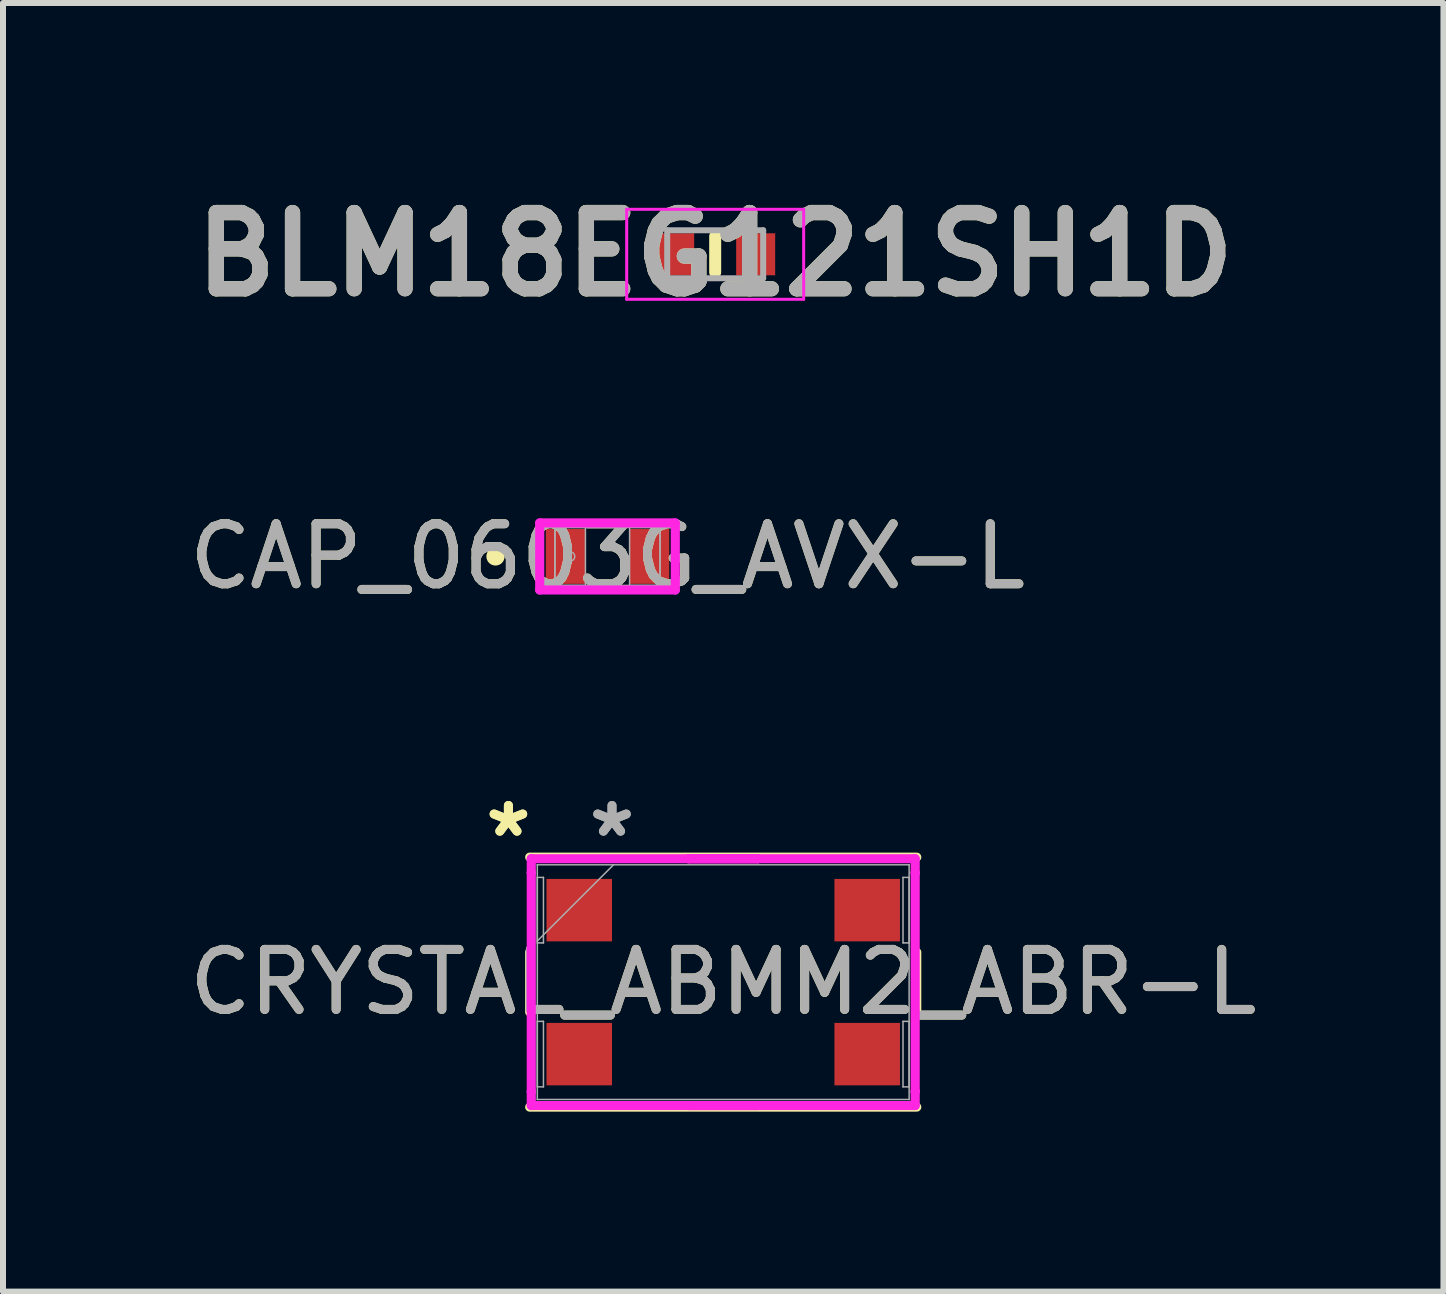
<source format=kicad_pcb>
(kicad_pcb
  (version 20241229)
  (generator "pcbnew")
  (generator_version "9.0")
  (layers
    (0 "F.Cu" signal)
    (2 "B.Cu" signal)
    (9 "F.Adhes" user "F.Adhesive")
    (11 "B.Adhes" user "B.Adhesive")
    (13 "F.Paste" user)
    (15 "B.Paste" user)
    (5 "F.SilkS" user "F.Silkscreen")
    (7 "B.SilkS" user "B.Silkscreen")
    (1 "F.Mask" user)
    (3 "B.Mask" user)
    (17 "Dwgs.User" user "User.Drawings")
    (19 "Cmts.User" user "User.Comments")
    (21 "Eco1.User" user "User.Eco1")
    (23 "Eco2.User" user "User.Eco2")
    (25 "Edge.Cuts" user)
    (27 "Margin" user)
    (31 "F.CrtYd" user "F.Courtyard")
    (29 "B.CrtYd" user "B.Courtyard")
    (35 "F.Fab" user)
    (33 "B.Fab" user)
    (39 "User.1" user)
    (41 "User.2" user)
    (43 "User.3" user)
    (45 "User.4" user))
  (footprint "CRYSTAL_ABMM2_ABR-L"
    (layer "F.Cu")
    (at 9.006 13.322)
    (property "Reference" "CRYSTAL_ABMM2_ABR-L" (at 0 0 0) (unlocked yes) (layer "F.SilkS") (effects (font (size 1 1) (thickness 0.15))))
    (attr smd)
    (fp_line (start -3.226 -0.499) (end -3.226 0.499) (stroke (width 0.152) (type solid)) (layer "F.SilkS"))
    (fp_line (start -3.226 2.083) (end 3.226 2.083) (stroke (width 0.152) (type solid)) (layer "F.SilkS"))
    (fp_line (start 3.226 -2.083) (end -3.226 -2.083) (stroke (width 0.152) (type solid)) (layer "F.SilkS"))
    (fp_line (start 3.226 0.499) (end 3.226 -0.499) (stroke (width 0.152) (type solid)) (layer "F.SilkS"))
    (fp_line (start -3.2 -2.057) (end 0.578 -2.057) (stroke (width 0.152) (type solid)) (layer "F.CrtYd"))
    (fp_line (start -3.2 -1.822) (end -3.2 -2.057) (stroke (width 0.152) (type solid)) (layer "F.CrtYd"))
    (fp_line (start -3.2 -1.822) (end -3.2 -1.822) (stroke (width 0.152) (type solid)) (layer "F.CrtYd"))
    (fp_line (start -3.2 1.822) (end -3.2 -1.822) (stroke (width 0.152) (type solid)) (layer "F.CrtYd"))
    (fp_line (start -3.2 1.822) (end -3.2 1.822) (stroke (width 0.152) (type solid)) (layer "F.CrtYd"))
    (fp_line (start -3.2 2.057) (end -3.2 1.822) (stroke (width 0.152) (type solid)) (layer "F.CrtYd"))
    (fp_line (start -0.578 -2.057) (end -0.578 -2.057) (stroke (width 0.152) (type solid)) (layer "F.CrtYd"))
    (fp_line (start -0.578 -2.057) (end 3.2 -2.057) (stroke (width 0.152) (type solid)) (layer "F.CrtYd"))
    (fp_line (start -0.578 2.057) (end -0.578 2.057) (stroke (width 0.152) (type solid)) (layer "F.CrtYd"))
    (fp_line (start -0.578 2.057) (end 0.578 2.057) (stroke (width 0.152) (type solid)) (layer "F.CrtYd"))
    (fp_line (start 0.578 -2.057) (end -0.578 -2.057) (stroke (width 0.152) (type solid)) (layer "F.CrtYd"))
    (fp_line (start 0.578 -2.057) (end 0.578 -2.057) (stroke (width 0.152) (type solid)) (layer "F.CrtYd"))
    (fp_line (start 0.578 2.057) (end -3.2 2.057) (stroke (width 0.152) (type solid)) (layer "F.CrtYd"))
    (fp_line (start 0.578 2.057) (end 0.578 2.057) (stroke (width 0.152) (type solid)) (layer "F.CrtYd"))
    (fp_line (start 3.2 -2.057) (end 3.2 -1.822) (stroke (width 0.152) (type solid)) (layer "F.CrtYd"))
    (fp_line (start 3.2 -1.822) (end 3.2 -1.822) (stroke (width 0.152) (type solid)) (layer "F.CrtYd"))
    (fp_line (start 3.2 -1.822) (end 3.2 1.822) (stroke (width 0.152) (type solid)) (layer "F.CrtYd"))
    (fp_line (start 3.2 1.822) (end 3.2 1.822) (stroke (width 0.152) (type solid)) (layer "F.CrtYd"))
    (fp_line (start 3.2 1.822) (end 3.2 2.057) (stroke (width 0.152) (type solid)) (layer "F.CrtYd"))
    (fp_line (start 3.2 2.057) (end -0.578 2.057) (stroke (width 0.152) (type solid)) (layer "F.CrtYd"))
    (fp_line (start -3.099 -1.956) (end -3.099 -1.956) (stroke (width 0.025) (type solid)) (layer "F.Fab"))
    (fp_line (start -3.099 -1.956) (end -3.099 1.956) (stroke (width 0.025) (type solid)) (layer "F.Fab"))
    (fp_line (start -3.099 -1.746) (end -2.997 -1.746) (stroke (width 0.025) (type solid)) (layer "F.Fab"))
    (fp_line (start -3.099 -0.686) (end -1.829 -1.956) (stroke (width 0.025) (type solid)) (layer "F.Fab"))
    (fp_line (start -3.099 -0.654) (end -3.099 -1.746) (stroke (width 0.025) (type solid)) (layer "F.Fab"))
    (fp_line (start -3.099 0.654) (end -2.997 0.654) (stroke (width 0.025) (type solid)) (layer "F.Fab"))
    (fp_line (start -3.099 1.746) (end -3.099 0.654) (stroke (width 0.025) (type solid)) (layer "F.Fab"))
    (fp_line (start -3.099 1.956) (end -3.099 1.956) (stroke (width 0.025) (type solid)) (layer "F.Fab"))
    (fp_line (start -3.099 1.956) (end 3.099 1.956) (stroke (width 0.025) (type solid)) (layer "F.Fab"))
    (fp_line (start -2.997 -1.746) (end -2.997 -0.654) (stroke (width 0.025) (type solid)) (layer "F.Fab"))
    (fp_line (start -2.997 -0.654) (end -3.099 -0.654) (stroke (width 0.025) (type solid)) (layer "F.Fab"))
    (fp_line (start -2.997 0.654) (end -2.997 1.746) (stroke (width 0.025) (type solid)) (layer "F.Fab"))
    (fp_line (start -2.997 1.746) (end -3.099 1.746) (stroke (width 0.025) (type solid)) (layer "F.Fab"))
    (fp_line (start 2.997 -1.746) (end 3.099 -1.746) (stroke (width 0.025) (type solid)) (layer "F.Fab"))
    (fp_line (start 2.997 -0.654) (end 2.997 -1.746) (stroke (width 0.025) (type solid)) (layer "F.Fab"))
    (fp_line (start 2.997 0.654) (end 3.099 0.654) (stroke (width 0.025) (type solid)) (layer "F.Fab"))
    (fp_line (start 2.997 1.746) (end 2.997 0.654) (stroke (width 0.025) (type solid)) (layer "F.Fab"))
    (fp_line (start 3.099 -1.956) (end -3.099 -1.956) (stroke (width 0.025) (type solid)) (layer "F.Fab"))
    (fp_line (start 3.099 -1.956) (end 3.099 -1.956) (stroke (width 0.025) (type solid)) (layer "F.Fab"))
    (fp_line (start 3.099 -1.746) (end 3.099 -0.654) (stroke (width 0.025) (type solid)) (layer "F.Fab"))
    (fp_line (start 3.099 -0.654) (end 2.997 -0.654) (stroke (width 0.025) (type solid)) (layer "F.Fab"))
    (fp_line (start 3.099 0.654) (end 3.099 1.746) (stroke (width 0.025) (type solid)) (layer "F.Fab"))
    (fp_line (start 3.099 1.746) (end 2.997 1.746) (stroke (width 0.025) (type solid)) (layer "F.Fab"))
    (fp_line (start 3.099 1.956) (end 3.099 -1.956) (stroke (width 0.025) (type solid)) (layer "F.Fab"))
    (fp_line (start 3.099 1.956) (end 3.099 1.956) (stroke (width 0.025) (type solid)) (layer "F.Fab"))
    (fp_text user "*" (at -3.581 -2.4 0) (layer "F.SilkS") (effects (font (size 1 1) (thickness 0.15))))
    (fp_text user "*" (at -3.581 -2.4 0) (unlocked yes) (layer "F.SilkS") (effects (font (size 1 1) (thickness 0.15))))
    (fp_text user "*" (at -1.854 -2.4 0) (layer "F.Fab") (effects (font (size 1 1) (thickness 0.15))))
    (fp_text user "${REFERENCE}" (at 0 0 0) (unlocked yes) (layer "F.Fab") (effects (font (size 1 1) (thickness 0.15))))
    (fp_text user "*" (at -1.854 -2.4 0) (unlocked yes) (layer "F.Fab") (effects (font (size 1 1) (thickness 0.15))))
    (pad "1" smd rect (at -2.4 -1.2 90) (size 1.041 1.092) (layers "F.Cu" "F.Mask" "F.Paste"))
    (pad "2" smd rect (at -2.4 1.2 90) (size 1.041 1.092) (layers "F.Cu" "F.Mask" "F.Paste"))
    (pad "3" smd rect (at 2.4 1.2 90) (size 1.041 1.092) (layers "F.Cu" "F.Mask" "F.Paste"))
    (pad "4" smd rect (at 2.4 -1.2 90) (size 1.041 1.092) (layers "F.Cu" "F.Mask" "F.Paste")))
  (footprint "BLM18EG121SH1D"
    (layer "F.Cu")
    (at 8.872 1.189)
    (property "Reference" "BLM18EG121SH1D" (at 0 0 0) (layer "F.SilkS") (effects (font (size 1.27 1.27) (thickness 0.254))))
    (attr smd)
    (fp_line (start 0 -0.3) (end 0 0.3) (stroke (width 0.2) (type solid)) (layer "F.SilkS"))
    (fp_line (start -1.475 -0.75) (end 1.475 -0.75) (stroke (width 0.05) (type solid)) (layer "F.CrtYd"))
    (fp_line (start -1.475 0.75) (end -1.475 -0.75) (stroke (width 0.05) (type solid)) (layer "F.CrtYd"))
    (fp_line (start 1.475 -0.75) (end 1.475 0.75) (stroke (width 0.05) (type solid)) (layer "F.CrtYd"))
    (fp_line (start 1.475 0.75) (end -1.475 0.75) (stroke (width 0.05) (type solid)) (layer "F.CrtYd"))
    (fp_line (start -0.8 -0.4) (end 0.8 -0.4) (stroke (width 0.1) (type solid)) (layer "F.Fab"))
    (fp_line (start -0.8 0.4) (end -0.8 -0.4) (stroke (width 0.1) (type solid)) (layer "F.Fab"))
    (fp_line (start 0.8 -0.4) (end 0.8 0.4) (stroke (width 0.1) (type solid)) (layer "F.Fab"))
    (fp_line (start 0.8 0.4) (end -0.8 0.4) (stroke (width 0.1) (type solid)) (layer "F.Fab"))
    (fp_text user "${REFERENCE}" (at 0 0 0) (layer "F.Fab") (effects (font (size 1.27 1.27) (thickness 0.254))))
    (pad "1" smd rect (at -0.675 0) (size 0.65 0.7) (layers "F.Cu" "F.Mask" "F.Paste"))
    (pad "2" smd rect (at 0.675 0) (size 0.65 0.7) (layers "F.Cu" "F.Mask" "F.Paste")))
  (footprint "CAP_0603G_AVX-L"
    (layer "F.Cu")
    (at 7.077 6.226)
    (property "Reference" "CAP_0603G_AVX-L" (at 0 0 0) (unlocked yes) (layer "F.SilkS") (effects (font (size 1 1) (thickness 0.15))))
    (attr smd)
    (fp_circle (center -1.867 0) (end -1.791 0) (stroke (width 0.152) (type solid)) (fill no) (layer "F.SilkS"))
    (fp_line (start -1.13 -0.559) (end 1.13 -0.559) (stroke (width 0.152) (type solid)) (layer "F.CrtYd"))
    (fp_line (start -1.13 0.559) (end -1.13 -0.559) (stroke (width 0.152) (type solid)) (layer "F.CrtYd"))
    (fp_line (start 1.13 -0.559) (end 1.13 0.559) (stroke (width 0.152) (type solid)) (layer "F.CrtYd"))
    (fp_line (start 1.13 0.559) (end -1.13 0.559) (stroke (width 0.152) (type solid)) (layer "F.CrtYd"))
    (fp_line (start -0.876 -0.483) (end -0.876 0.483) (stroke (width 0.025) (type solid)) (layer "F.Fab"))
    (fp_line (start -0.876 -0.483) (end -0.876 0.483) (stroke (width 0.025) (type solid)) (layer "F.Fab"))
    (fp_line (start -0.876 0.483) (end -0.368 0.483) (stroke (width 0.025) (type solid)) (layer "F.Fab"))
    (fp_line (start -0.876 0.483) (end 0.876 0.483) (stroke (width 0.025) (type solid)) (layer "F.Fab"))
    (fp_line (start -0.368 -0.483) (end -0.876 -0.483) (stroke (width 0.025) (type solid)) (layer "F.Fab"))
    (fp_line (start -0.368 0.483) (end -0.368 -0.483) (stroke (width 0.025) (type solid)) (layer "F.Fab"))
    (fp_line (start 0.368 -0.483) (end 0.368 0.483) (stroke (width 0.025) (type solid)) (layer "F.Fab"))
    (fp_line (start 0.368 0.483) (end 0.876 0.483) (stroke (width 0.025) (type solid)) (layer "F.Fab"))
    (fp_line (start 0.876 -0.483) (end -0.876 -0.483) (stroke (width 0.025) (type solid)) (layer "F.Fab"))
    (fp_line (start 0.876 -0.483) (end 0.368 -0.483) (stroke (width 0.025) (type solid)) (layer "F.Fab"))
    (fp_line (start 0.876 0.483) (end 0.876 -0.483) (stroke (width 0.025) (type solid)) (layer "F.Fab"))
    (fp_line (start 0.876 0.483) (end 0.876 -0.483) (stroke (width 0.025) (type solid)) (layer "F.Fab"))
    (fp_circle (center -0.622 0) (end -0.546 0) (stroke (width 0.025) (type solid)) (fill no) (layer "F.Fab"))
    (fp_text user "${REFERENCE}" (at 0 0 0) (unlocked yes) (layer "F.Fab") (effects (font (size 1 1) (thickness 0.15))))
    (pad "1" smd rect (at -0.699 0) (size 0.66 0.914) (layers "F.Cu" "F.Mask" "F.Paste"))
    (pad "2" smd rect (at 0.699 0) (size 0.66 0.914) (layers "F.Cu" "F.Mask" "F.Paste"))
    (zone (net_name "") (layer "F.Cu") (hatch full 0.508) (connect_pads) (min_thickness 0.254) (filled_areas_thickness no) (keepout (tracks not_allowed) (vias not_allowed) (pads allowed) (copperpour not_allowed) (footprints allowed)) (placement (enabled no)) (fill) (polygon (pts (xy 6.76 5.794) (xy 7.395 5.794) (xy 7.395 6.657) (xy 6.76 6.657)))))
  (gr_rect
    (start -3 -3)
    (end 21.012 18.481)
    (stroke (width 0.1) (type default))
    (fill no)
    (layer "Edge.Cuts")))
</source>
